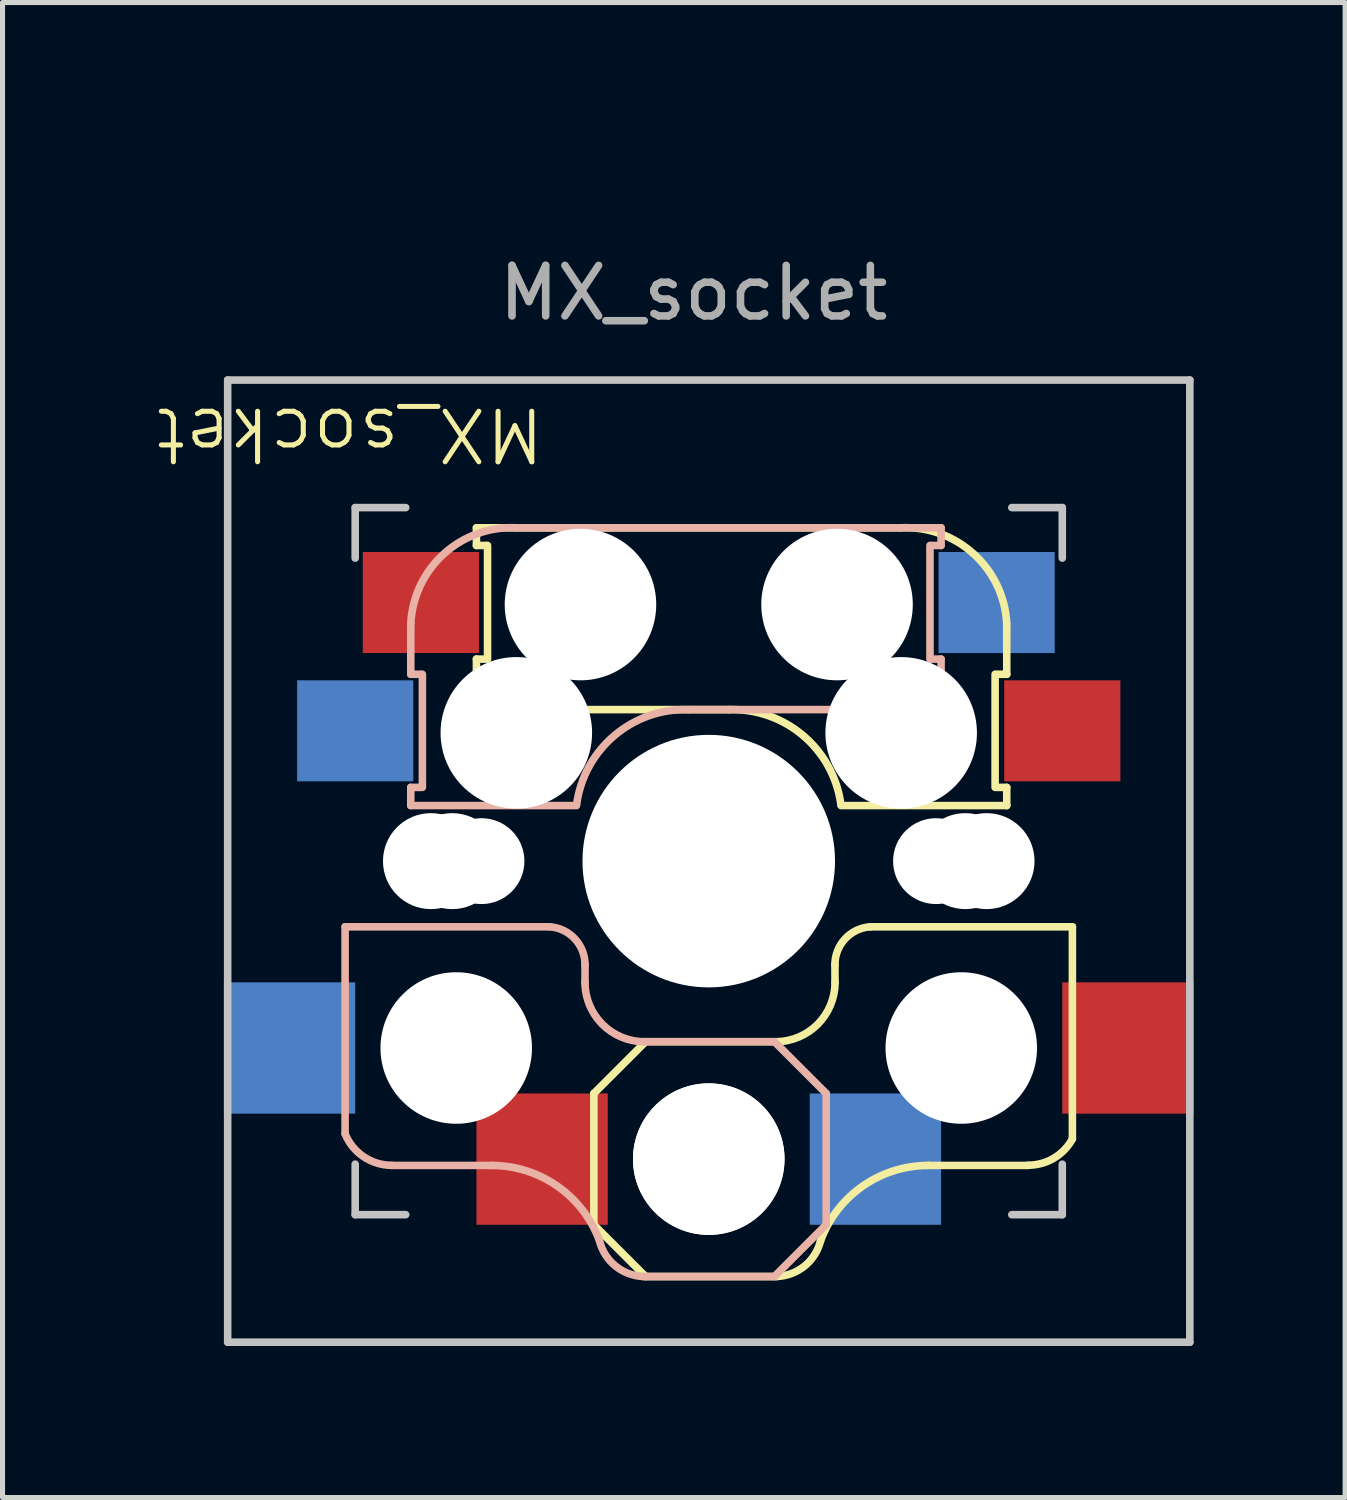
<source format=kicad_pcb>
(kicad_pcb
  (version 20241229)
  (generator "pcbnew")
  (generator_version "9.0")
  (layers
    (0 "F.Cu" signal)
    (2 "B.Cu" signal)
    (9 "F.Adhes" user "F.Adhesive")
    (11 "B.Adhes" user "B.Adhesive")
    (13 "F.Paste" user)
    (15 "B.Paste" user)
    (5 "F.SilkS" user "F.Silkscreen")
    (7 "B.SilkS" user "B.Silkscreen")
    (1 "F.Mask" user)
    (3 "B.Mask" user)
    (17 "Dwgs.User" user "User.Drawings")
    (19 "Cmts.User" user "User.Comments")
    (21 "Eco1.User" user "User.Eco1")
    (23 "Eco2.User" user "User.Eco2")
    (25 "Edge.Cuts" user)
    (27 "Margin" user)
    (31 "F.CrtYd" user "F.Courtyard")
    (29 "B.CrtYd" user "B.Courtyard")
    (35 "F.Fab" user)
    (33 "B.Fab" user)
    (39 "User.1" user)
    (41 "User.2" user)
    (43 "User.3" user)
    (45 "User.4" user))
  (footprint "MX_socket"
    (layer "F.Cu")
    (at 10.683 0.25)
    (property "Reference" "MX_socket" (at -6.8 5.3 180) (unlocked yes) (layer "F.SilkS") (effects (font (size 1 1) (thickness 0.1))))
    (attr through_hole)
    (fp_line (start -4.3 7.15) (end 4.1 7.15) (stroke (width 0.15) (type solid)) (layer "F.SilkS"))
    (fp_line (start -4.3 7.5) (end -4.3 7.15) (stroke (width 0.15) (type solid)) (layer "F.SilkS"))
    (fp_line (start -4.3 9.75) (end -4.1 9.75) (stroke (width 0.15) (type solid)) (layer "F.SilkS"))
    (fp_line (start -4.3 10.75) (end -4.3 9.75) (stroke (width 0.15) (type solid)) (layer "F.SilkS"))
    (fp_line (start -4.1 7.5) (end -4.3 7.5) (stroke (width 0.15) (type solid)) (layer "F.SilkS"))
    (fp_line (start -4.08 9.75) (end -4.08 7.5) (stroke (width 0.15) (type solid)) (layer "F.SilkS"))
    (fp_line (start -1.975 18.35) (end -1.975 20.95) (stroke (width 0.15) (type solid)) (layer "F.SilkS"))
    (fp_line (start -0.95 17.325) (end -1.975 18.35) (stroke (width 0.15) (type solid)) (layer "F.SilkS"))
    (fp_line (start -0.95 17.325) (end 1.625 17.325) (stroke (width 0.15) (type solid)) (layer "F.SilkS"))
    (fp_line (start -0.95 21.975) (end -1.975 20.95) (stroke (width 0.15) (type solid)) (layer "F.SilkS"))
    (fp_line (start -0.95 21.975) (end 1.65 21.975) (stroke (width 0.15) (type solid)) (layer "F.SilkS"))
    (fp_line (start 0.7 10.75) (end -4.3 10.75) (stroke (width 0.15) (type solid)) (layer "F.SilkS"))
    (fp_line (start 2.798 15.8) (end 2.8 16.15) (stroke (width 0.15) (type solid)) (layer "F.SilkS"))
    (fp_line (start 3.5 15.05) (end 7.5 15.05) (stroke (width 0.15) (type solid)) (layer "F.SilkS"))
    (fp_line (start 4.65 19.775) (end 6.625 19.775) (stroke (width 0.15) (type solid)) (layer "F.SilkS"))
    (fp_line (start 5.97 10.05) (end 5.97 12.29) (stroke (width 0.15) (type solid)) (layer "F.SilkS"))
    (fp_line (start 6 12.29) (end 6.2 12.29) (stroke (width 0.15) (type solid)) (layer "F.SilkS"))
    (fp_line (start 6.2 9.05) (end 6.2 10.05) (stroke (width 0.15) (type solid)) (layer "F.SilkS"))
    (fp_line (start 6.2 10.05) (end 6 10.05) (stroke (width 0.15) (type solid)) (layer "F.SilkS"))
    (fp_line (start 6.2 12.65) (end 2.92 12.65) (stroke (width 0.15) (type solid)) (layer "F.SilkS"))
    (fp_line (start 6.2 12.65) (end 6.2 12.29) (stroke (width 0.15) (type solid)) (layer "F.SilkS"))
    (fp_line (start 7.5 19.25) (end 7.5 15.05) (stroke (width 0.15) (type solid)) (layer "F.SilkS"))
    (fp_arc (start 0.7 10.75) (mid 2.168709 11.263882) (end 2.916318 12.628529) (stroke (width 0.15) (type solid)) (layer "F.SilkS"))
    (fp_arc (start 2.512199 21.271904) (mid 2.198284 21.766021) (end 1.650995 21.973791) (stroke (width 0.15) (type solid)) (layer "F.SilkS"))
    (fp_arc (start 2.512199 21.271904) (mid 3.345113 20.186429) (end 4.65 19.775) (stroke (width 0.15) (type solid)) (layer "F.SilkS"))
    (fp_arc (start 2.798335 15.8) (mid 3.001099 15.286474) (end 3.5 15.05) (stroke (width 0.15) (type solid)) (layer "F.SilkS"))
    (fp_arc (start 2.8 16.15) (mid 2.45585 16.98085) (end 1.625 17.325) (stroke (width 0.15) (type solid)) (layer "F.SilkS"))
    (fp_arc (start 4.1 7.149999) (mid 5.543504 7.665075) (end 6.200001 9.05) (stroke (width 0.15) (type solid)) (layer "F.SilkS"))
    (fp_arc (start 7.5 19.25) (mid 7.134084 19.630619) (end 6.625 19.770615) (stroke (width 0.15) (type solid)) (layer "F.SilkS"))
    (fp_line (start -6.9 19.15) (end -6.9 15.05) (stroke (width 0.15) (type solid)) (layer "B.SilkS"))
    (fp_line (start -5.6 9.05) (end -5.6 10.05) (stroke (width 0.15) (type solid)) (layer "B.SilkS"))
    (fp_line (start -5.6 10.05) (end -5.4 10.05) (stroke (width 0.15) (type solid)) (layer "B.SilkS"))
    (fp_line (start -5.6 12.65) (end -5.6 12.29) (stroke (width 0.15) (type solid)) (layer "B.SilkS"))
    (fp_line (start -5.6 12.65) (end -2.32 12.65) (stroke (width 0.15) (type solid)) (layer "B.SilkS"))
    (fp_line (start -5.4 12.29) (end -5.6 12.29) (stroke (width 0.15) (type solid)) (layer "B.SilkS"))
    (fp_line (start -5.37 10.05) (end -5.37 12.29) (stroke (width 0.15) (type solid)) (layer "B.SilkS"))
    (fp_line (start -4 19.775) (end -5.975 19.775) (stroke (width 0.15) (type solid)) (layer "B.SilkS"))
    (fp_line (start -2.852 15.05) (end -6.9 15.05) (stroke (width 0.15) (type solid)) (layer "B.SilkS"))
    (fp_line (start -2.15 15.8) (end -2.15 16.15) (stroke (width 0.15) (type solid)) (layer "B.SilkS"))
    (fp_line (start -0.1 10.75) (end 4.9 10.75) (stroke (width 0.15) (type solid)) (layer "B.SilkS"))
    (fp_line (start 1.6 17.325) (end -0.975 17.325) (stroke (width 0.15) (type solid)) (layer "B.SilkS"))
    (fp_line (start 1.6 17.325) (end 2.625 18.35) (stroke (width 0.15) (type solid)) (layer "B.SilkS"))
    (fp_line (start 1.6 21.975) (end -1 21.975) (stroke (width 0.15) (type solid)) (layer "B.SilkS"))
    (fp_line (start 1.6 21.975) (end 2.625 20.95) (stroke (width 0.15) (type solid)) (layer "B.SilkS"))
    (fp_line (start 2.625 18.35) (end 2.625 20.95) (stroke (width 0.15) (type solid)) (layer "B.SilkS"))
    (fp_line (start 4.68 9.75) (end 4.68 7.5) (stroke (width 0.15) (type solid)) (layer "B.SilkS"))
    (fp_line (start 4.7 7.5) (end 4.9 7.5) (stroke (width 0.15) (type solid)) (layer "B.SilkS"))
    (fp_line (start 4.9 7.15) (end -3.5 7.15) (stroke (width 0.15) (type solid)) (layer "B.SilkS"))
    (fp_line (start 4.9 7.5) (end 4.9 7.15) (stroke (width 0.15) (type solid)) (layer "B.SilkS"))
    (fp_line (start 4.9 9.75) (end 4.7 9.75) (stroke (width 0.15) (type solid)) (layer "B.SilkS"))
    (fp_line (start 4.9 10.75) (end 4.9 9.75) (stroke (width 0.15) (type solid)) (layer "B.SilkS"))
    (fp_arc (start -5.975 19.773123) (mid -6.532653 19.602812) (end -6.9 19.15) (stroke (width 0.15) (type solid)) (layer "B.SilkS"))
    (fp_arc (start -5.6 9.050001) (mid -4.943504 7.665076) (end -3.500001 7.15) (stroke (width 0.15) (type solid)) (layer "B.SilkS"))
    (fp_arc (start -4 19.775) (mid -2.695114 20.186429) (end -1.862199 21.271904) (stroke (width 0.15) (type solid)) (layer "B.SilkS"))
    (fp_arc (start -2.851665 15.05) (mid -2.352765 15.286475) (end -2.15 15.8) (stroke (width 0.15) (type solid)) (layer "B.SilkS"))
    (fp_arc (start -2.316318 12.628529) (mid -1.568709 11.263882) (end -0.1 10.75) (stroke (width 0.15) (type solid)) (layer "B.SilkS"))
    (fp_arc (start -1.000995 21.973791) (mid -1.548284 21.766021) (end -1.862199 21.271904) (stroke (width 0.15) (type solid)) (layer "B.SilkS"))
    (fp_arc (start -0.975 17.325) (mid -1.80585 16.98085) (end -2.15 16.15) (stroke (width 0.15) (type solid)) (layer "B.SilkS"))
    (fp_line (start -9.225 4.225) (end 9.825 4.225) (stroke (width 0.15) (type solid)) (layer "Dwgs.User"))
    (fp_line (start -9.225 23.275) (end -9.225 4.225) (stroke (width 0.15) (type solid)) (layer "Dwgs.User"))
    (fp_line (start -6.7 6.75) (end -5.7 6.75) (stroke (width 0.15) (type solid)) (layer "Dwgs.User"))
    (fp_line (start -6.7 7.75) (end -6.7 6.75) (stroke (width 0.15) (type solid)) (layer "Dwgs.User"))
    (fp_line (start -6.7 20.75) (end -6.7 19.75) (stroke (width 0.15) (type solid)) (layer "Dwgs.User"))
    (fp_line (start -5.7 20.75) (end -6.7 20.75) (stroke (width 0.15) (type solid)) (layer "Dwgs.User"))
    (fp_line (start 6.3 20.75) (end 7.3 20.75) (stroke (width 0.15) (type solid)) (layer "Dwgs.User"))
    (fp_line (start 7.3 6.75) (end 6.3 6.75) (stroke (width 0.15) (type solid)) (layer "Dwgs.User"))
    (fp_line (start 7.3 7.75) (end 7.3 6.75) (stroke (width 0.15) (type solid)) (layer "Dwgs.User"))
    (fp_line (start 7.3 20.75) (end 7.3 19.75) (stroke (width 0.15) (type solid)) (layer "Dwgs.User"))
    (fp_line (start 9.825 4.225) (end 9.825 23.275) (stroke (width 0.15) (type solid)) (layer "Dwgs.User"))
    (fp_line (start 9.825 23.275) (end -9.225 23.275) (stroke (width 0.15) (type solid)) (layer "Dwgs.User"))
    (fp_text user "${REFERENCE}" (at 0 2.5 0) (unlocked yes) (layer "F.Fab") (effects (font (size 1 1) (thickness 0.15))))
    (pad "" np_thru_hole circle (at -5.2 13.75 90) (size 1.9 1.9) (drill 1.9) (layers "*.Cu"))
    (pad "" np_thru_hole circle (at -4.78 13.75) (size 1.9 1.9) (drill 1.9) (layers "*.Cu" "*.Mask"))
    (pad "" np_thru_hole circle (at -4.7 17.45 90) (size 3 3) (drill 3) (layers "*.Cu" "*.Mask"))
    (pad "" np_thru_hole circle (at -4.2 13.75) (size 1.7 1.7) (drill 1.7) (layers "*.Cu" "*.Mask"))
    (pad "" np_thru_hole circle (at -3.51 11.21 180) (size 3 3) (drill 3) (layers "*.Cu" "*.Mask"))
    (pad "" np_thru_hole circle (at -2.24 8.67 180) (size 3 3) (drill 3) (layers "*.Cu" "*.Mask"))
    (pad "" np_thru_hole circle (at 0.3 13.75 90) (size 4.1 4.1) (drill 4.1) (layers "*.Cu" "*.Mask"))
    (pad "" np_thru_hole circle (at 0.3 13.75 90) (size 5 5) (drill 5) (layers "*.Cu"))
    (pad "" np_thru_hole circle (at 0.3 19.65 90) (size 3 3) (drill 3) (layers "*.Cu" "*.Mask"))
    (pad "" np_thru_hole circle (at 0.3 19.65 90) (size 3 3) (drill 3) (layers "*.Cu" "*.Mask"))
    (pad "" np_thru_hole circle (at 2.84 8.67 180) (size 3 3) (drill 3) (layers "*.Cu" "*.Mask"))
    (pad "" np_thru_hole circle (at 4.11 11.21 180) (size 3 3) (drill 3) (layers "*.Cu" "*.Mask"))
    (pad "" np_thru_hole circle (at 4.8 13.75) (size 1.7 1.7) (drill 1.7) (layers "*.Cu" "*.Mask"))
    (pad "" np_thru_hole circle (at 5.3 17.45 90) (size 3 3) (drill 3) (layers "*.Cu" "*.Mask"))
    (pad "" np_thru_hole circle (at 5.38 13.75) (size 1.9 1.9) (drill 1.9) (layers "*.Cu" "*.Mask"))
    (pad "" np_thru_hole circle (at 5.8 13.75 90) (size 1.9 1.9) (drill 1.9) (layers "*.Cu"))
    (pad "1" smd rect (at -8 17.45 180) (size 2.6 2.6) (layers "B.Cu" "B.Mask" "B.Paste"))
    (pad "1" smd rect (at -6.7 11.17 180) (size 2.3 2) (layers "B.Cu" "B.Mask" "B.Paste"))
    (pad "1" smd rect (at -5.4 8.63 180) (size 2.3 2) (layers "F.Cu" "F.Mask" "F.Paste"))
    (pad "1" smd rect (at -3 19.65) (size 2.6 2.6) (layers "F.Cu" "F.Mask" "F.Paste"))
    (pad "2" smd rect (at 3.6 19.65 180) (size 2.6 2.6) (layers "B.Cu" "B.Mask" "B.Paste"))
    (pad "2" smd rect (at 6 8.63 180) (size 2.3 2) (layers "B.Cu" "B.Mask" "B.Paste"))
    (pad "2" smd rect (at 7.3 11.17 180) (size 2.3 2) (layers "F.Cu" "F.Mask" "F.Paste"))
    (pad "2" smd rect (at 8.6 17.45) (size 2.6 2.6) (layers "F.Cu" "F.Mask" "F.Paste")))
  (gr_rect
    (start -3 -3)
    (end 23.583 26.6)
    (stroke (width 0.1) (type default))
    (fill no)
    (layer "Edge.Cuts")))
</source>
